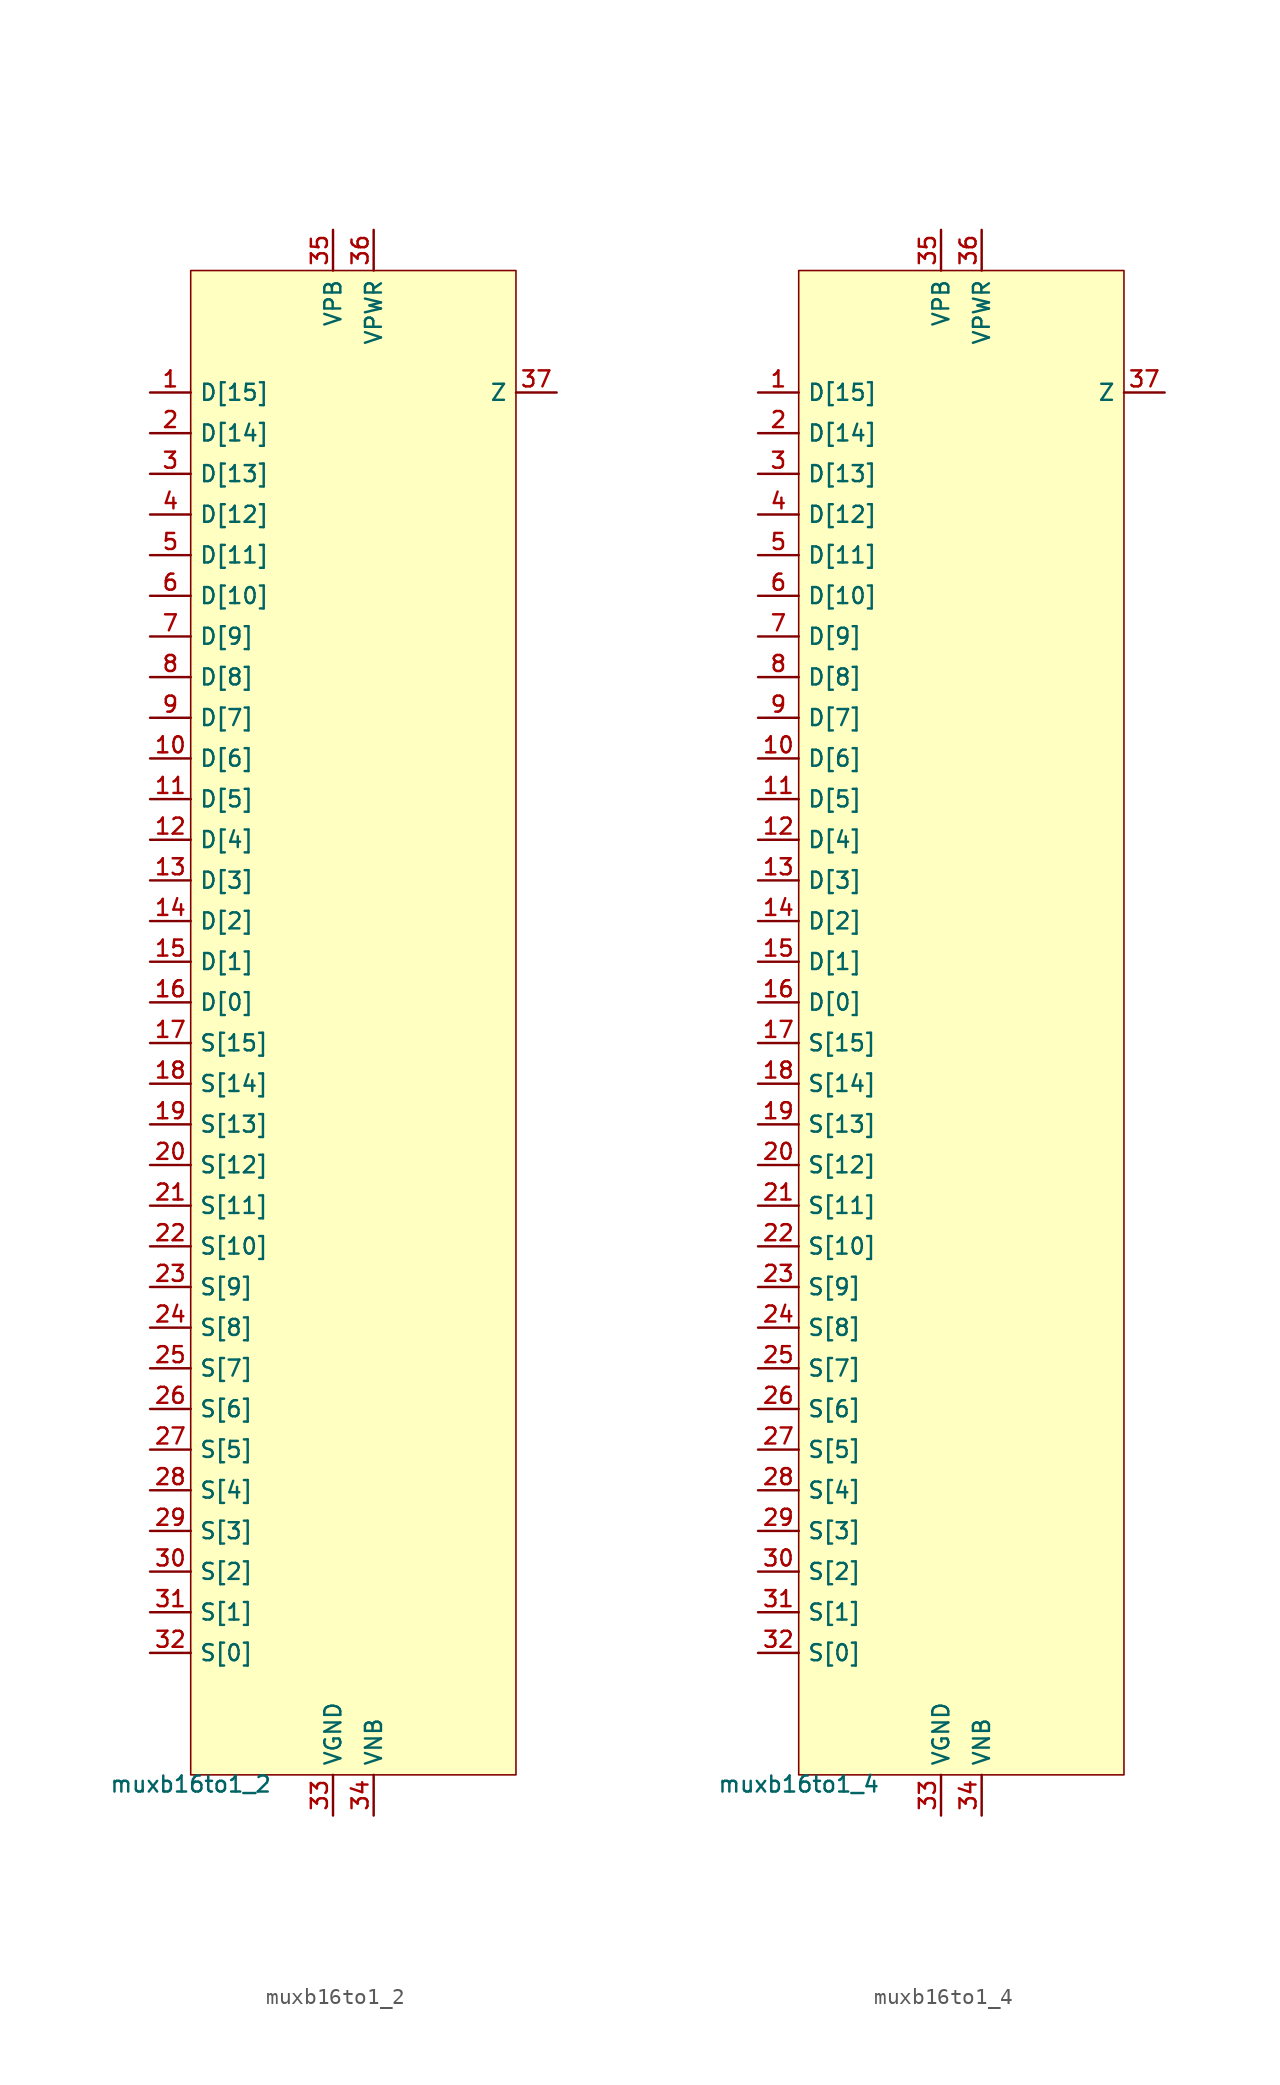
<source format=kicad_sym>
(kicad_symbol_lib
  (version 20211014)
  (generator pdk2kicad)
  (symbol "muxb16to1_2"
    (property "Reference" "X"
      (at 0 0 0)
      (effects (font (size 1 1)) hide))
    (property "Value" "muxb16to1_2"
      (at -10.16 -46.99 0)
      (effects (font (size 1 1)) (justify top)))
    (rectangle
      (start -10.16 -46.99)
      (end 10.16 46.99)
      (stroke (width 0.1) (type solid) (color 0 0 0 0))
      (fill (type background)))
    (pin input line
      (at -12.7 39.37 0)
      (length 2.54)
      (name "D[15]" (effects (font (size 1 1)) hide))
      (number "1" (effects (font (size 1 1)) hide)))
    (pin input line
      (at -12.7 36.83 0)
      (length 2.54)
      (name "D[14]" (effects (font (size 1 1)) hide))
      (number "2" (effects (font (size 1 1)) hide)))
    (pin input line
      (at -12.7 34.29 0)
      (length 2.54)
      (name "D[13]" (effects (font (size 1 1)) hide))
      (number "3" (effects (font (size 1 1)) hide)))
    (pin input line
      (at -12.7 31.75 0)
      (length 2.54)
      (name "D[12]" (effects (font (size 1 1)) hide))
      (number "4" (effects (font (size 1 1)) hide)))
    (pin input line
      (at -12.7 29.21 0)
      (length 2.54)
      (name "D[11]" (effects (font (size 1 1)) hide))
      (number "5" (effects (font (size 1 1)) hide)))
    (pin input line
      (at -12.7 26.67 0)
      (length 2.54)
      (name "D[10]" (effects (font (size 1 1)) hide))
      (number "6" (effects (font (size 1 1)) hide)))
    (pin input line
      (at -12.7 24.13 0)
      (length 2.54)
      (name "D[9]" (effects (font (size 1 1)) hide))
      (number "7" (effects (font (size 1 1)) hide)))
    (pin input line
      (at -12.7 21.59 0)
      (length 2.54)
      (name "D[8]" (effects (font (size 1 1)) hide))
      (number "8" (effects (font (size 1 1)) hide)))
    (pin input line
      (at -12.7 19.05 0)
      (length 2.54)
      (name "D[7]" (effects (font (size 1 1)) hide))
      (number "9" (effects (font (size 1 1)) hide)))
    (pin input line
      (at -12.7 16.51 0)
      (length 2.54)
      (name "D[6]" (effects (font (size 1 1)) hide))
      (number "10" (effects (font (size 1 1)) hide)))
    (pin input line
      (at -12.7 13.97 0)
      (length 2.54)
      (name "D[5]" (effects (font (size 1 1)) hide))
      (number "11" (effects (font (size 1 1)) hide)))
    (pin input line
      (at -12.7 11.43 0)
      (length 2.54)
      (name "D[4]" (effects (font (size 1 1)) hide))
      (number "12" (effects (font (size 1 1)) hide)))
    (pin input line
      (at -12.7 8.89 0)
      (length 2.54)
      (name "D[3]" (effects (font (size 1 1)) hide))
      (number "13" (effects (font (size 1 1)) hide)))
    (pin input line
      (at -12.7 6.35 0)
      (length 2.54)
      (name "D[2]" (effects (font (size 1 1)) hide))
      (number "14" (effects (font (size 1 1)) hide)))
    (pin input line
      (at -12.7 3.81 0)
      (length 2.54)
      (name "D[1]" (effects (font (size 1 1)) hide))
      (number "15" (effects (font (size 1 1)) hide)))
    (pin input line
      (at -12.7 1.27 0)
      (length 2.54)
      (name "D[0]" (effects (font (size 1 1)) hide))
      (number "16" (effects (font (size 1 1)) hide)))
    (pin input line
      (at -12.7 -1.27 0)
      (length 2.54)
      (name "S[15]" (effects (font (size 1 1)) hide))
      (number "17" (effects (font (size 1 1)) hide)))
    (pin input line
      (at -12.7 -3.81 0)
      (length 2.54)
      (name "S[14]" (effects (font (size 1 1)) hide))
      (number "18" (effects (font (size 1 1)) hide)))
    (pin input line
      (at -12.7 -6.35 0)
      (length 2.54)
      (name "S[13]" (effects (font (size 1 1)) hide))
      (number "19" (effects (font (size 1 1)) hide)))
    (pin input line
      (at -12.7 -8.89 0)
      (length 2.54)
      (name "S[12]" (effects (font (size 1 1)) hide))
      (number "20" (effects (font (size 1 1)) hide)))
    (pin input line
      (at -12.7 -11.43 0)
      (length 2.54)
      (name "S[11]" (effects (font (size 1 1)) hide))
      (number "21" (effects (font (size 1 1)) hide)))
    (pin input line
      (at -12.7 -13.97 0)
      (length 2.54)
      (name "S[10]" (effects (font (size 1 1)) hide))
      (number "22" (effects (font (size 1 1)) hide)))
    (pin input line
      (at -12.7 -16.51 0)
      (length 2.54)
      (name "S[9]" (effects (font (size 1 1)) hide))
      (number "23" (effects (font (size 1 1)) hide)))
    (pin input line
      (at -12.7 -19.05 0)
      (length 2.54)
      (name "S[8]" (effects (font (size 1 1)) hide))
      (number "24" (effects (font (size 1 1)) hide)))
    (pin input line
      (at -12.7 -21.59 0)
      (length 2.54)
      (name "S[7]" (effects (font (size 1 1)) hide))
      (number "25" (effects (font (size 1 1)) hide)))
    (pin input line
      (at -12.7 -24.13 0)
      (length 2.54)
      (name "S[6]" (effects (font (size 1 1)) hide))
      (number "26" (effects (font (size 1 1)) hide)))
    (pin input line
      (at -12.7 -26.67 0)
      (length 2.54)
      (name "S[5]" (effects (font (size 1 1)) hide))
      (number "27" (effects (font (size 1 1)) hide)))
    (pin input line
      (at -12.7 -29.21 0)
      (length 2.54)
      (name "S[4]" (effects (font (size 1 1)) hide))
      (number "28" (effects (font (size 1 1)) hide)))
    (pin input line
      (at -12.7 -31.75 0)
      (length 2.54)
      (name "S[3]" (effects (font (size 1 1)) hide))
      (number "29" (effects (font (size 1 1)) hide)))
    (pin input line
      (at -12.7 -34.29 0)
      (length 2.54)
      (name "S[2]" (effects (font (size 1 1)) hide))
      (number "30" (effects (font (size 1 1)) hide)))
    (pin input line
      (at -12.7 -36.83 0)
      (length 2.54)
      (name "S[1]" (effects (font (size 1 1)) hide))
      (number "31" (effects (font (size 1 1)) hide)))
    (pin input line
      (at -12.7 -39.37 0)
      (length 2.54)
      (name "S[0]" (effects (font (size 1 1)) hide))
      (number "32" (effects (font (size 1 1)) hide)))
    (pin power_in line
      (at -1.27 -49.53 90)
      (length 2.54)
      (name "VGND" (effects (font (size 1 1)) hide))
      (number "33" (effects (font (size 1 1)) hide)))
    (pin power_in line
      (at 1.27 -49.53 90)
      (length 2.54)
      (name "VNB" (effects (font (size 1 1)) hide))
      (number "34" (effects (font (size 1 1)) hide)))
    (pin power_in line
      (at -1.27 49.53 270)
      (length 2.54)
      (name "VPB" (effects (font (size 1 1)) hide))
      (number "35" (effects (font (size 1 1)) hide)))
    (pin power_in line
      (at 1.27 49.53 270)
      (length 2.54)
      (name "VPWR" (effects (font (size 1 1)) hide))
      (number "36" (effects (font (size 1 1)) hide)))
    (pin output line
      (at 12.7 39.37 180)
      (length 2.54)
      (name "Z" (effects (font (size 1 1)) hide))
      (number "37" (effects (font (size 1 1)) hide))))
  (symbol "muxb16to1_4"
    (property "Reference" "X"
      (at 0 0 0)
      (effects (font (size 1 1)) hide))
    (property "Value" "muxb16to1_4"
      (at -10.16 -46.99 0)
      (effects (font (size 1 1)) (justify top)))
    (rectangle
      (start -10.16 -46.99)
      (end 10.16 46.99)
      (stroke (width 0.1) (type solid) (color 0 0 0 0))
      (fill (type background)))
    (pin input line
      (at -12.7 39.37 0)
      (length 2.54)
      (name "D[15]" (effects (font (size 1 1)) hide))
      (number "1" (effects (font (size 1 1)) hide)))
    (pin input line
      (at -12.7 36.83 0)
      (length 2.54)
      (name "D[14]" (effects (font (size 1 1)) hide))
      (number "2" (effects (font (size 1 1)) hide)))
    (pin input line
      (at -12.7 34.29 0)
      (length 2.54)
      (name "D[13]" (effects (font (size 1 1)) hide))
      (number "3" (effects (font (size 1 1)) hide)))
    (pin input line
      (at -12.7 31.75 0)
      (length 2.54)
      (name "D[12]" (effects (font (size 1 1)) hide))
      (number "4" (effects (font (size 1 1)) hide)))
    (pin input line
      (at -12.7 29.21 0)
      (length 2.54)
      (name "D[11]" (effects (font (size 1 1)) hide))
      (number "5" (effects (font (size 1 1)) hide)))
    (pin input line
      (at -12.7 26.67 0)
      (length 2.54)
      (name "D[10]" (effects (font (size 1 1)) hide))
      (number "6" (effects (font (size 1 1)) hide)))
    (pin input line
      (at -12.7 24.13 0)
      (length 2.54)
      (name "D[9]" (effects (font (size 1 1)) hide))
      (number "7" (effects (font (size 1 1)) hide)))
    (pin input line
      (at -12.7 21.59 0)
      (length 2.54)
      (name "D[8]" (effects (font (size 1 1)) hide))
      (number "8" (effects (font (size 1 1)) hide)))
    (pin input line
      (at -12.7 19.05 0)
      (length 2.54)
      (name "D[7]" (effects (font (size 1 1)) hide))
      (number "9" (effects (font (size 1 1)) hide)))
    (pin input line
      (at -12.7 16.51 0)
      (length 2.54)
      (name "D[6]" (effects (font (size 1 1)) hide))
      (number "10" (effects (font (size 1 1)) hide)))
    (pin input line
      (at -12.7 13.97 0)
      (length 2.54)
      (name "D[5]" (effects (font (size 1 1)) hide))
      (number "11" (effects (font (size 1 1)) hide)))
    (pin input line
      (at -12.7 11.43 0)
      (length 2.54)
      (name "D[4]" (effects (font (size 1 1)) hide))
      (number "12" (effects (font (size 1 1)) hide)))
    (pin input line
      (at -12.7 8.89 0)
      (length 2.54)
      (name "D[3]" (effects (font (size 1 1)) hide))
      (number "13" (effects (font (size 1 1)) hide)))
    (pin input line
      (at -12.7 6.35 0)
      (length 2.54)
      (name "D[2]" (effects (font (size 1 1)) hide))
      (number "14" (effects (font (size 1 1)) hide)))
    (pin input line
      (at -12.7 3.81 0)
      (length 2.54)
      (name "D[1]" (effects (font (size 1 1)) hide))
      (number "15" (effects (font (size 1 1)) hide)))
    (pin input line
      (at -12.7 1.27 0)
      (length 2.54)
      (name "D[0]" (effects (font (size 1 1)) hide))
      (number "16" (effects (font (size 1 1)) hide)))
    (pin input line
      (at -12.7 -1.27 0)
      (length 2.54)
      (name "S[15]" (effects (font (size 1 1)) hide))
      (number "17" (effects (font (size 1 1)) hide)))
    (pin input line
      (at -12.7 -3.81 0)
      (length 2.54)
      (name "S[14]" (effects (font (size 1 1)) hide))
      (number "18" (effects (font (size 1 1)) hide)))
    (pin input line
      (at -12.7 -6.35 0)
      (length 2.54)
      (name "S[13]" (effects (font (size 1 1)) hide))
      (number "19" (effects (font (size 1 1)) hide)))
    (pin input line
      (at -12.7 -8.89 0)
      (length 2.54)
      (name "S[12]" (effects (font (size 1 1)) hide))
      (number "20" (effects (font (size 1 1)) hide)))
    (pin input line
      (at -12.7 -11.43 0)
      (length 2.54)
      (name "S[11]" (effects (font (size 1 1)) hide))
      (number "21" (effects (font (size 1 1)) hide)))
    (pin input line
      (at -12.7 -13.97 0)
      (length 2.54)
      (name "S[10]" (effects (font (size 1 1)) hide))
      (number "22" (effects (font (size 1 1)) hide)))
    (pin input line
      (at -12.7 -16.51 0)
      (length 2.54)
      (name "S[9]" (effects (font (size 1 1)) hide))
      (number "23" (effects (font (size 1 1)) hide)))
    (pin input line
      (at -12.7 -19.05 0)
      (length 2.54)
      (name "S[8]" (effects (font (size 1 1)) hide))
      (number "24" (effects (font (size 1 1)) hide)))
    (pin input line
      (at -12.7 -21.59 0)
      (length 2.54)
      (name "S[7]" (effects (font (size 1 1)) hide))
      (number "25" (effects (font (size 1 1)) hide)))
    (pin input line
      (at -12.7 -24.13 0)
      (length 2.54)
      (name "S[6]" (effects (font (size 1 1)) hide))
      (number "26" (effects (font (size 1 1)) hide)))
    (pin input line
      (at -12.7 -26.67 0)
      (length 2.54)
      (name "S[5]" (effects (font (size 1 1)) hide))
      (number "27" (effects (font (size 1 1)) hide)))
    (pin input line
      (at -12.7 -29.21 0)
      (length 2.54)
      (name "S[4]" (effects (font (size 1 1)) hide))
      (number "28" (effects (font (size 1 1)) hide)))
    (pin input line
      (at -12.7 -31.75 0)
      (length 2.54)
      (name "S[3]" (effects (font (size 1 1)) hide))
      (number "29" (effects (font (size 1 1)) hide)))
    (pin input line
      (at -12.7 -34.29 0)
      (length 2.54)
      (name "S[2]" (effects (font (size 1 1)) hide))
      (number "30" (effects (font (size 1 1)) hide)))
    (pin input line
      (at -12.7 -36.83 0)
      (length 2.54)
      (name "S[1]" (effects (font (size 1 1)) hide))
      (number "31" (effects (font (size 1 1)) hide)))
    (pin input line
      (at -12.7 -39.37 0)
      (length 2.54)
      (name "S[0]" (effects (font (size 1 1)) hide))
      (number "32" (effects (font (size 1 1)) hide)))
    (pin power_in line
      (at -1.27 -49.53 90)
      (length 2.54)
      (name "VGND" (effects (font (size 1 1)) hide))
      (number "33" (effects (font (size 1 1)) hide)))
    (pin power_in line
      (at 1.27 -49.53 90)
      (length 2.54)
      (name "VNB" (effects (font (size 1 1)) hide))
      (number "34" (effects (font (size 1 1)) hide)))
    (pin power_in line
      (at -1.27 49.53 270)
      (length 2.54)
      (name "VPB" (effects (font (size 1 1)) hide))
      (number "35" (effects (font (size 1 1)) hide)))
    (pin power_in line
      (at 1.27 49.53 270)
      (length 2.54)
      (name "VPWR" (effects (font (size 1 1)) hide))
      (number "36" (effects (font (size 1 1)) hide)))
    (pin output line
      (at 12.7 39.37 180)
      (length 2.54)
      (name "Z" (effects (font (size 1 1)) hide))
      (number "37" (effects (font (size 1 1)) hide)))))
</source>
